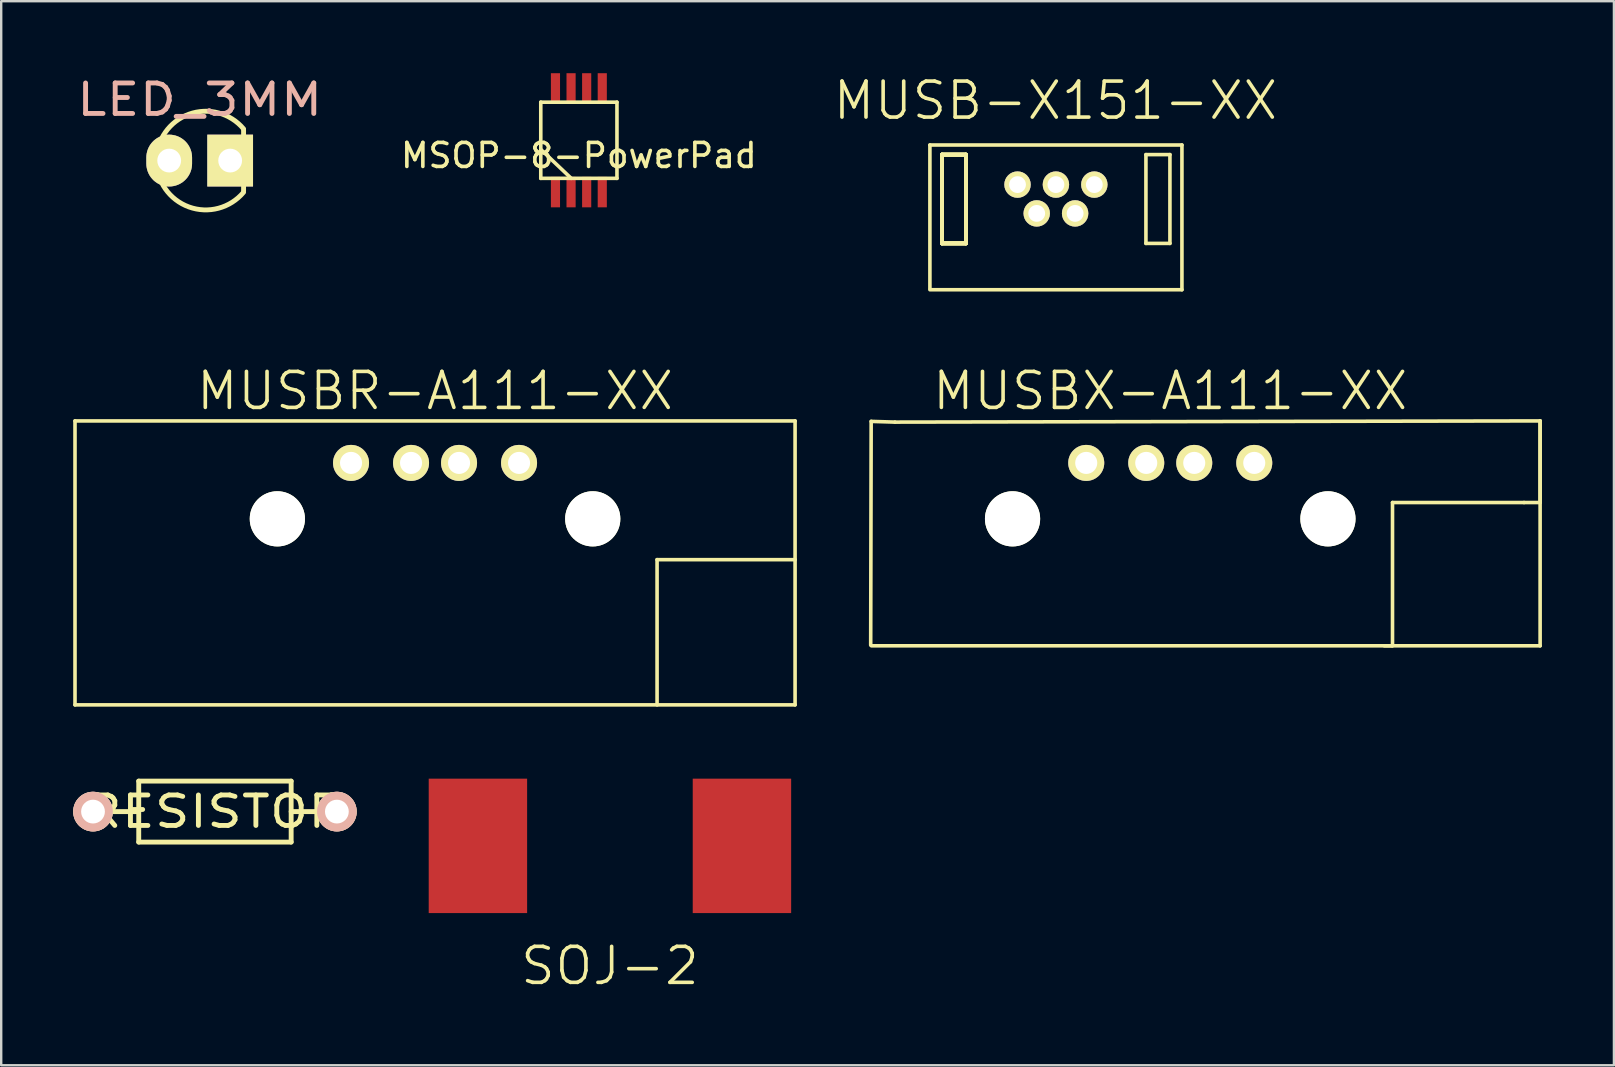
<source format=kicad_pcb>
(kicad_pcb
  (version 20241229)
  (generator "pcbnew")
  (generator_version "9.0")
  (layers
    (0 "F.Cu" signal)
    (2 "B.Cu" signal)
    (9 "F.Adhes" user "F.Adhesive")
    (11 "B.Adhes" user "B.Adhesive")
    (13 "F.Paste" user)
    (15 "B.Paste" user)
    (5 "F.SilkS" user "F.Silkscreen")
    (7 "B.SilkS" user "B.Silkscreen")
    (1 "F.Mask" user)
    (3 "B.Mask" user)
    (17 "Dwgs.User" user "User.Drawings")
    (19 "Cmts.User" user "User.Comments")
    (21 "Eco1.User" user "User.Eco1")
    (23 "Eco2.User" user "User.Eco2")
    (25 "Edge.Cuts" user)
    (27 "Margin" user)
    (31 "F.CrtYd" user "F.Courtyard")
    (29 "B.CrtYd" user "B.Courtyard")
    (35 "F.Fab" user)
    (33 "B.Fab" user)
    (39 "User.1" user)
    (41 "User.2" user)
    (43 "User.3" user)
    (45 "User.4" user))
  (footprint "SOJ-2"
    (layer "F.Cu")
    (at 22.361 32.191)
    (property "Reference" "SOJ-2" (at 0 5 0) (layer "F.SilkS") (effects (font (size 1.5 1.5) (thickness 0.15))))
    (attr through_hole)
    (pad "1" smd rect (at -5.5 0) (size 4.1 5.6) (layers "F.Cu" "F.Mask" "F.Paste"))
    (pad "2" smd rect (at 5.5 0) (size 4.1 5.6) (layers "F.Cu" "F.Mask" "F.Paste")))
  (footprint "MUSB-X151-XX"
    (layer "F.Cu")
    (at 40.942 5.241)
    (property "Reference" "MUSB-X151-XX" (at -0.02 -4.1 0) (layer "F.SilkS") (effects (font (size 1.5 1.5) (thickness 0.15))))
    (attr through_hole)
    (fp_line (start -5.25 -2.25) (end -5.25 3.73) (stroke (width 0.15) (type solid)) (layer "F.SilkS"))
    (fp_line (start -5.25 3.78) (end 5.25 3.78) (stroke (width 0.15) (type solid)) (layer "F.SilkS"))
    (fp_line (start -4.75 -1.85) (end -4.75 1.85) (stroke (width 0.15) (type solid)) (layer "F.SilkS"))
    (fp_line (start -4.75 -1.85) (end -4.75 1.85) (stroke (width 0.15) (type solid)) (layer "F.SilkS"))
    (fp_line (start -4.75 -1.85) (end -4.75 1.85) (stroke (width 0.15) (type solid)) (layer "F.SilkS"))
    (fp_line (start -4.75 -1.85) (end -4.75 1.85) (stroke (width 0.15) (type solid)) (layer "F.SilkS"))
    (fp_line (start -4.75 -1.85) (end -4.75 1.85) (stroke (width 0.15) (type solid)) (layer "F.SilkS"))
    (fp_line (start -4.75 -1.85) (end -4.75 1.85) (stroke (width 0.15) (type solid)) (layer "F.SilkS"))
    (fp_line (start -4.75 -1.85) (end -4.75 1.85) (stroke (width 0.15) (type solid)) (layer "F.SilkS"))
    (fp_line (start -4.75 -1.85) (end -4.75 1.85) (stroke (width 0.15) (type solid)) (layer "F.SilkS"))
    (fp_line (start -4.75 -1.85) (end -3.75 -1.85) (stroke (width 0.15) (type solid)) (layer "F.SilkS"))
    (fp_line (start -4.75 -1.85) (end -3.75 -1.85) (stroke (width 0.15) (type solid)) (layer "F.SilkS"))
    (fp_line (start -4.75 -1.85) (end -3.75 -1.85) (stroke (width 0.15) (type solid)) (layer "F.SilkS"))
    (fp_line (start -4.75 -1.85) (end -3.75 -1.85) (stroke (width 0.15) (type solid)) (layer "F.SilkS"))
    (fp_line (start -4.75 -1.85) (end -3.75 -1.85) (stroke (width 0.15) (type solid)) (layer "F.SilkS"))
    (fp_line (start -4.75 -1.85) (end -3.75 -1.85) (stroke (width 0.15) (type solid)) (layer "F.SilkS"))
    (fp_line (start -4.75 -1.85) (end -3.75 -1.85) (stroke (width 0.15) (type solid)) (layer "F.SilkS"))
    (fp_line (start -4.75 -1.85) (end -3.75 -1.85) (stroke (width 0.15) (type solid)) (layer "F.SilkS"))
    (fp_line (start -4.75 1.85) (end -3.75 1.85) (stroke (width 0.15) (type solid)) (layer "F.SilkS"))
    (fp_line (start -4.75 1.85) (end -3.75 1.85) (stroke (width 0.15) (type solid)) (layer "F.SilkS"))
    (fp_line (start -4.75 1.85) (end -3.75 1.85) (stroke (width 0.15) (type solid)) (layer "F.SilkS"))
    (fp_line (start -4.75 1.85) (end -3.75 1.85) (stroke (width 0.15) (type solid)) (layer "F.SilkS"))
    (fp_line (start -4.75 1.85) (end -3.75 1.85) (stroke (width 0.15) (type solid)) (layer "F.SilkS"))
    (fp_line (start -4.75 1.85) (end -3.75 1.85) (stroke (width 0.15) (type solid)) (layer "F.SilkS"))
    (fp_line (start -4.75 1.85) (end -3.75 1.85) (stroke (width 0.15) (type solid)) (layer "F.SilkS"))
    (fp_line (start -4.75 1.85) (end -3.75 1.85) (stroke (width 0.15) (type solid)) (layer "F.SilkS"))
    (fp_line (start -3.75 -1.85) (end -3.75 1.85) (stroke (width 0.15) (type solid)) (layer "F.SilkS"))
    (fp_line (start -3.75 -1.85) (end -3.75 1.85) (stroke (width 0.15) (type solid)) (layer "F.SilkS"))
    (fp_line (start -3.75 -1.85) (end -3.75 1.85) (stroke (width 0.15) (type solid)) (layer "F.SilkS"))
    (fp_line (start -3.75 -1.85) (end -3.75 1.85) (stroke (width 0.15) (type solid)) (layer "F.SilkS"))
    (fp_line (start -3.75 -1.85) (end -3.75 1.85) (stroke (width 0.15) (type solid)) (layer "F.SilkS"))
    (fp_line (start -3.75 -1.85) (end -3.75 1.85) (stroke (width 0.15) (type solid)) (layer "F.SilkS"))
    (fp_line (start -3.75 -1.85) (end -3.75 1.85) (stroke (width 0.15) (type solid)) (layer "F.SilkS"))
    (fp_line (start -3.75 -1.85) (end -3.75 1.85) (stroke (width 0.15) (type solid)) (layer "F.SilkS"))
    (fp_line (start 3.75 -1.85) (end 3.75 1.85) (stroke (width 0.15) (type solid)) (layer "F.SilkS"))
    (fp_line (start 3.75 -1.85) (end 4.75 -1.85) (stroke (width 0.15) (type solid)) (layer "F.SilkS"))
    (fp_line (start 3.75 1.85) (end 4.75 1.85) (stroke (width 0.15) (type solid)) (layer "F.SilkS"))
    (fp_line (start 4.75 -1.85) (end 4.75 1.85) (stroke (width 0.15) (type solid)) (layer "F.SilkS"))
    (fp_line (start 5.25 -2.25) (end -5.25 -2.25) (stroke (width 0.15) (type solid)) (layer "F.SilkS"))
    (fp_line (start 5.25 3.78) (end 5.25 -2.25) (stroke (width 0.15) (type solid)) (layer "F.SilkS"))
    (pad "1" thru_hole circle (at -1.6 -0.6) (size 1.1 1.1) (drill 0.7) (layers "*.Cu" "*.Mask" "F.SilkS"))
    (pad "2" thru_hole circle (at -0.8 0.6) (size 1.1 1.1) (drill 0.7) (layers "*.Cu" "*.Mask" "F.SilkS"))
    (pad "3" thru_hole circle (at 0 -0.6) (size 1.1 1.1) (drill 0.7) (layers "*.Cu" "*.Mask" "F.SilkS"))
    (pad "4" thru_hole circle (at 0.8 0.6) (size 1.1 1.1) (drill 0.7) (layers "*.Cu" "*.Mask" "F.SilkS"))
    (pad "5" thru_hole circle (at 1.6 -0.6) (size 1.1 1.1) (drill 0.7) (layers "*.Cu" "*.Mask" "F.SilkS")))
  (footprint "MSOP-8-PowerPad"
    (layer "F.Cu")
    (at 21.067 2.794)
    (property "Reference" "MSOP-8-PowerPad" (at 0 0.635 0) (layer "F.SilkS") (effects (font (size 1 1) (thickness 0.15))))
    (attr through_hole)
    (fp_line (start -1.587 -1.587) (end -1.587 1.587) (stroke (width 0.15) (type solid)) (layer "F.SilkS"))
    (fp_line (start -1.587 1.587) (end 1.587 1.587) (stroke (width 0.15) (type solid)) (layer "F.SilkS"))
    (fp_line (start -0.318 1.587) (end -1.587 0.381) (stroke (width 0.15) (type solid)) (layer "F.SilkS"))
    (fp_line (start 1.587 -1.587) (end -1.587 -1.587) (stroke (width 0.15) (type solid)) (layer "F.SilkS"))
    (fp_line (start 1.587 1.587) (end 1.587 -1.587) (stroke (width 0.15) (type solid)) (layer "F.SilkS"))
    (pad "1" smd rect (at -0.975 2.159) (size 0.381 1.27) (layers "F.Cu" "F.Mask" "F.Paste"))
    (pad "2" smd rect (at -0.325 2.159) (size 0.381 1.27) (layers "F.Cu" "F.Mask" "F.Paste"))
    (pad "3" smd rect (at 0.325 2.159) (size 0.381 1.27) (layers "F.Cu" "F.Mask" "F.Paste"))
    (pad "4" smd rect (at 0.975 2.159) (size 0.381 1.27) (layers "F.Cu" "F.Mask" "F.Paste"))
    (pad "5" smd rect (at 0.975 -2.159) (size 0.381 1.27) (layers "F.Cu" "F.Mask" "F.Paste"))
    (pad "6" smd rect (at 0.325 -2.159) (size 0.381 1.27) (layers "F.Cu" "F.Mask" "F.Paste"))
    (pad "7" smd rect (at -0.325 -2.159) (size 0.381 1.27) (layers "F.Cu" "F.Mask" "F.Paste"))
    (pad "8" smd rect (at -0.975 -2.159) (size 0.381 1.27) (layers "F.Cu" "F.Mask" "F.Paste")))
  (footprint "RESISTOR"
    (layer "F.Cu")
    (at 5.905 30.763)
    (property "Reference" "RESISTOR" (at 0 0 0) (layer "F.SilkS") (effects (font (size 1.27 1.524) (thickness 0.203))))
    (attr through_hole)
    (fp_line (start -5.08 0) (end -3.175 0) (stroke (width 0.203) (type solid)) (layer "F.SilkS"))
    (fp_line (start -3.175 -1.27) (end 3.175 -1.27) (stroke (width 0.203) (type solid)) (layer "F.SilkS"))
    (fp_line (start -3.175 1.27) (end -3.175 -1.27) (stroke (width 0.203) (type solid)) (layer "F.SilkS"))
    (fp_line (start 3.175 -1.27) (end 3.175 1.27) (stroke (width 0.203) (type solid)) (layer "F.SilkS"))
    (fp_line (start 3.175 1.27) (end -3.175 1.27) (stroke (width 0.203) (type solid)) (layer "F.SilkS"))
    (fp_line (start 5.08 0) (end 3.175 0) (stroke (width 0.203) (type solid)) (layer "F.SilkS"))
    (pad "1" thru_hole circle (at -5.08 0) (size 1.651 1.651) (drill 0.991) (layers "*.Cu" "*.SilkS" "*.Mask"))
    (pad "2" thru_hole circle (at 5.08 0) (size 1.651 1.651) (drill 0.991) (layers "*.Cu" "*.SilkS" "*.Mask")))
  (footprint "MUSBR-A111-XX"
    (layer "F.Cu")
    (at 15.075 16.236)
    (property "Reference" "MUSBR-A111-XX" (at 0 -3 0) (layer "F.SilkS") (effects (font (size 1.5 1.5) (thickness 0.15))))
    (attr through_hole)
    (fp_line (start -15 -1.75) (end -15 10.08) (stroke (width 0.15) (type solid)) (layer "F.SilkS"))
    (fp_line (start 9.25 4.03) (end 15 4.03) (stroke (width 0.15) (type solid)) (layer "F.SilkS"))
    (fp_line (start 9.25 10.08) (end 9.25 4.03) (stroke (width 0.15) (type solid)) (layer "F.SilkS"))
    (fp_line (start 15 -1.75) (end -15 -1.75) (stroke (width 0.15) (type solid)) (layer "F.SilkS"))
    (fp_line (start 15 10.08) (end -15 10.08) (stroke (width 0.15) (type solid)) (layer "F.SilkS"))
    (fp_line (start 15 10.08) (end 15 -1.75) (stroke (width 0.15) (type solid)) (layer "F.SilkS"))
    (pad "" np_thru_hole circle (at -6.57 2.33) (size 2.3 2.3) (drill 2.3) (layers "*.Cu" "*.Mask" "F.SilkS"))
    (pad "" np_thru_hole circle (at 6.57 2.33) (size 2.3 2.3) (drill 2.3) (layers "*.Cu" "*.Mask" "F.SilkS"))
    (pad "1" thru_hole circle (at -3.5 0) (size 1.5 1.5) (drill 0.92) (layers "*.Cu" "*.Mask" "F.SilkS"))
    (pad "2" thru_hole circle (at -1 0) (size 1.5 1.5) (drill 0.92) (layers "*.Cu" "*.Mask" "F.SilkS"))
    (pad "3" thru_hole circle (at 1 0) (size 1.5 1.5) (drill 0.92) (layers "*.Cu" "*.Mask" "F.SilkS"))
    (pad "4" thru_hole circle (at 3.5 0) (size 1.5 1.5) (drill 0.92) (layers "*.Cu" "*.Mask" "F.SilkS")))
  (footprint "MUSBX-A111-XX"
    (layer "F.Cu")
    (at 45.705 16.236)
    (property "Reference" "MUSBX-A111-XX" (at 0 -3 0) (layer "F.SilkS") (effects (font (size 1.5 1.5) (thickness 0.15))))
    (attr through_hole)
    (fp_line (start -12.46 -1.73) (end -12.48 7.59) (stroke (width 0.15) (type solid)) (layer "F.SilkS"))
    (fp_line (start -11.47 -1.7) (end -12.46 -1.73) (stroke (width 0.15) (type solid)) (layer "F.SilkS"))
    (fp_line (start 8.92 7.62) (end 15.41 7.62) (stroke (width 0.15) (type solid)) (layer "F.SilkS"))
    (fp_line (start 9.23 7.62) (end -12.45 7.62) (stroke (width 0.15) (type solid)) (layer "F.SilkS"))
    (fp_line (start 9.26 1.65) (end 14.74 1.65) (stroke (width 0.15) (type solid)) (layer "F.SilkS"))
    (fp_line (start 9.26 7.62) (end 9.26 1.65) (stroke (width 0.15) (type solid)) (layer "F.SilkS"))
    (fp_line (start 14.74 1.65) (end 15.41 1.65) (stroke (width 0.15) (type solid)) (layer "F.SilkS"))
    (fp_line (start 15.41 -1.75) (end -11.47 -1.7) (stroke (width 0.15) (type solid)) (layer "F.SilkS"))
    (fp_line (start 15.41 1.65) (end 15.41 -1.75) (stroke (width 0.15) (type solid)) (layer "F.SilkS"))
    (fp_line (start 15.41 7.62) (end 15.41 -1.75) (stroke (width 0.15) (type solid)) (layer "F.SilkS"))
    (pad "" np_thru_hole circle (at -6.57 2.33) (size 2.3 2.3) (drill 2.3) (layers "*.Cu" "*.Mask" "F.SilkS"))
    (pad "" np_thru_hole circle (at 6.57 2.33) (size 2.3 2.3) (drill 2.3) (layers "*.Cu" "*.Mask" "F.SilkS"))
    (pad "1" thru_hole circle (at -3.5 0) (size 1.5 1.5) (drill 0.92) (layers "*.Cu" "*.Mask" "F.SilkS"))
    (pad "2" thru_hole circle (at -1 0) (size 1.5 1.5) (drill 0.92) (layers "*.Cu" "*.Mask" "F.SilkS"))
    (pad "3" thru_hole circle (at 1 0) (size 1.5 1.5) (drill 0.92) (layers "*.Cu" "*.Mask" "F.SilkS"))
    (pad "4" thru_hole circle (at 3.5 0) (size 1.5 1.5) (drill 0.92) (layers "*.Cu" "*.Mask" "F.SilkS")))
  (footprint "LED_3MM"
    (layer "F.Cu")
    (at 5.269 3.64)
    (property "Reference" "LED_3MM" (at 0 -2.54 0) (layer "B.SilkS") (effects (font (size 1.27 1.524) (thickness 0.203))))
    (attr through_hole)
    (fp_line (start 1.829 1.27) (end 1.829 -1.27) (stroke (width 0.203) (type solid)) (layer "F.SilkS"))
    (fp_arc (start 1.828195 1.321521) (mid -1.801361 -0.000471) (end 1.8288 -1.3208) (stroke (width 0.2032) (type solid)) (layer "F.SilkS"))
    (pad "1" thru_hole oval (at -1.27 0) (size 1.905 2.159) (drill 0.991) (layers "*.Cu" "F.Mask" "F.SilkS" "F.Paste"))
    (pad "2" thru_hole rect (at 1.27 0) (size 1.905 2.159) (drill 0.991) (layers "*.Cu" "F.Mask" "F.SilkS" "F.Paste")))
  (gr_rect
    (start -3 -3)
    (end 64.19 41.332)
    (stroke (width 0.1) (type default))
    (fill no)
    (layer "Edge.Cuts")))
</source>
